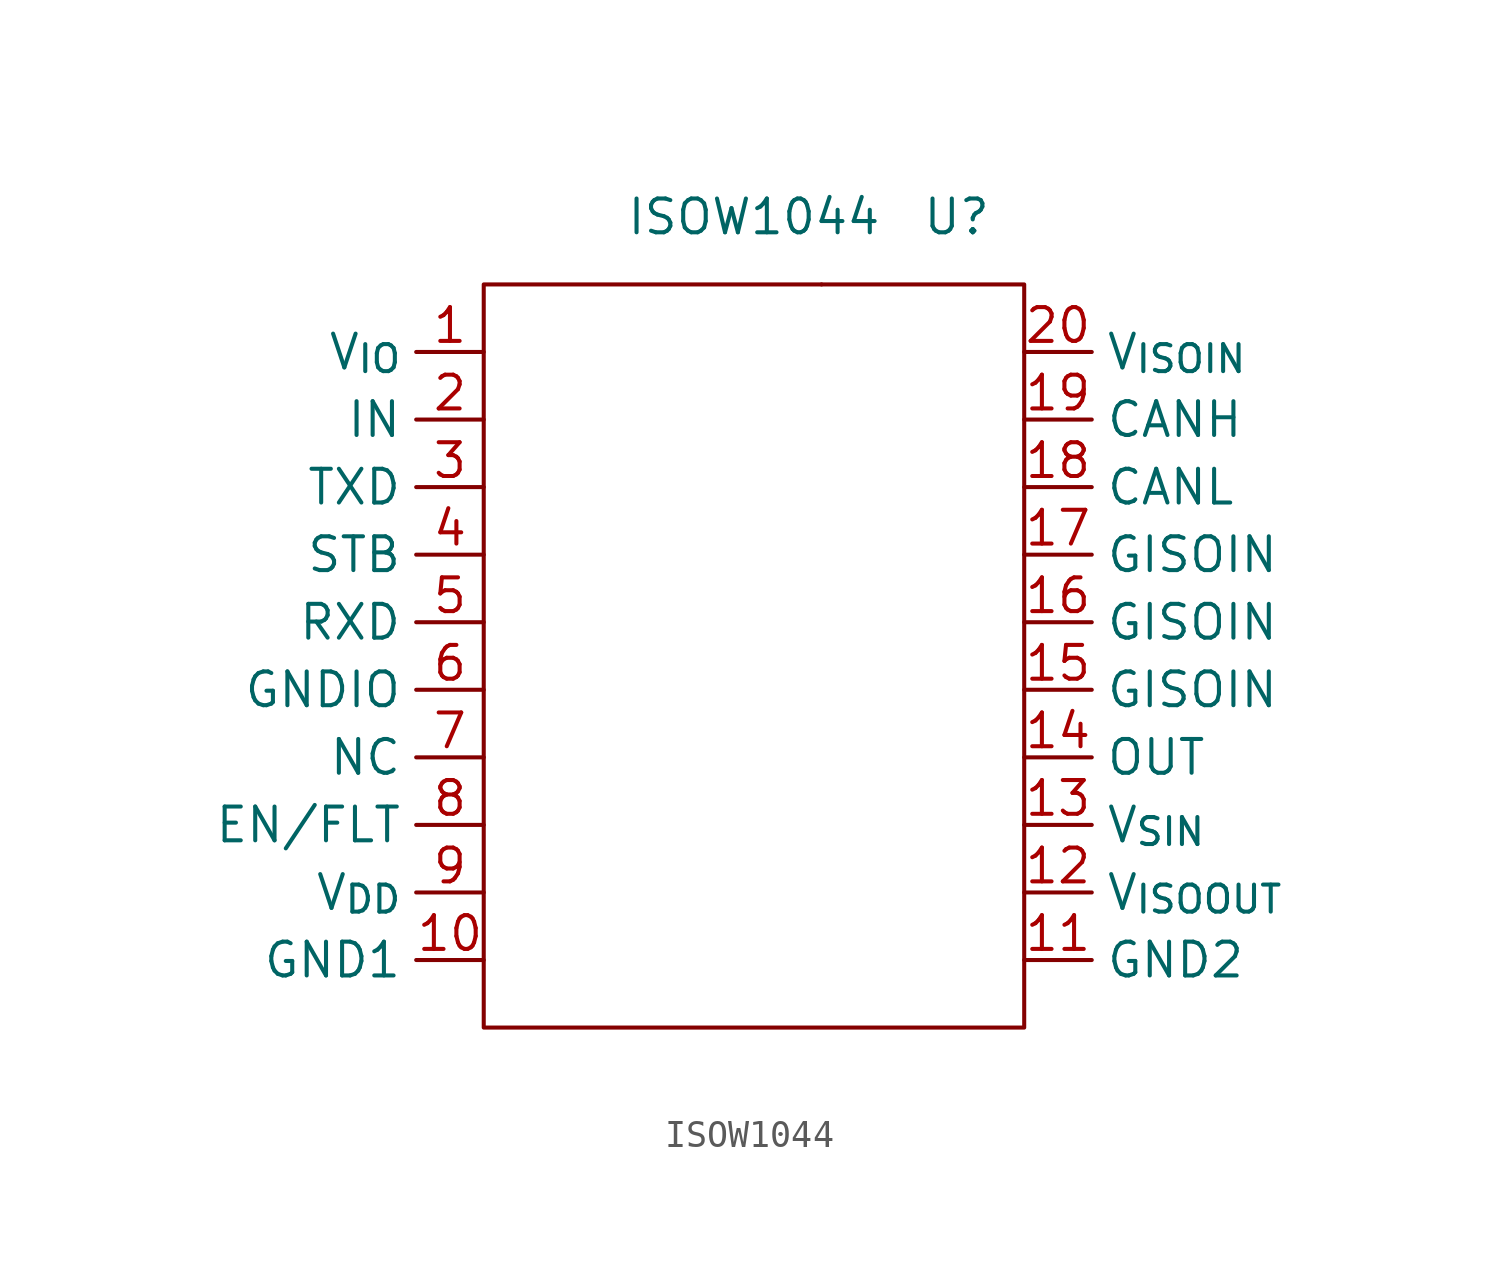
<source format=kicad_sym>
(kicad_symbol_lib
  (version 20211014)
  (generator kicad_symbol_editor)
  (symbol "ISOW1044"
    (property "Reference" "U"
      (at 7.62 5.08 0)
      (effects (font (size 1.27 1.27))))
    (property "Value" "ISOW1044"
      (at 0 5.08 0)
      (effects (font (size 1.27 1.27))))
    (symbol "ISOW1044_0_1"
      (rectangle (start -10.16 2.54) (end 10.16 -25.4) (stroke (width 0) (type default) (color 0 0 0 0)) (fill (type none)))
      (rectangle (start 2.54 2.54) (end 2.54 2.54) (stroke (width 0) (type default) (color 0 0 0 0)) (fill (type none))))
    (symbol "ISOW1044_1_1"
      (pin power_in line (at -10.16 0 180) (length 2.54) (name "V_{IO}" (effects (font (size 1.27 1.27)))) (number "1" (effects (font (size 1.27 1.27)))))
      (pin power_in line (at -10.16 -22.86 180) (length 2.54) (name "GND1" (effects (font (size 1.27 1.27)))) (number "10" (effects (font (size 1.27 1.27)))))
      (pin power_in line (at 10.16 -22.86 0) (length 2.54) (name "GND2" (effects (font (size 1.27 1.27)))) (number "11" (effects (font (size 1.27 1.27)))))
      (pin power_out line (at 10.16 -20.32 0) (length 2.54) (name "V_{ISOOUT}" (effects (font (size 1.27 1.27)))) (number "12" (effects (font (size 1.27 1.27)))))
      (pin input line (at 10.16 -17.78 0) (length 2.54) (name "V_{SIN}" (effects (font (size 1.27 1.27)))) (number "13" (effects (font (size 1.27 1.27)))))
      (pin output line (at 10.16 -15.24 0) (length 2.54) (name "OUT" (effects (font (size 1.27 1.27)))) (number "14" (effects (font (size 1.27 1.27)))))
      (pin unspecified line (at 10.16 -12.7 0) (length 2.54) (name "GISOIN" (effects (font (size 1.27 1.27)))) (number "15" (effects (font (size 1.27 1.27)))))
      (pin unspecified line (at 10.16 -10.16 0) (length 2.54) (name "GISOIN" (effects (font (size 1.27 1.27)))) (number "16" (effects (font (size 1.27 1.27)))))
      (pin unspecified line (at 10.16 -7.62 0) (length 2.54) (name "GISOIN" (effects (font (size 1.27 1.27)))) (number "17" (effects (font (size 1.27 1.27)))))
      (pin bidirectional line (at 10.16 -5.08 0) (length 2.54) (name "CANL" (effects (font (size 1.27 1.27)))) (number "18" (effects (font (size 1.27 1.27)))))
      (pin bidirectional line (at 10.16 -2.54 0) (length 2.54) (name "CANH" (effects (font (size 1.27 1.27)))) (number "19" (effects (font (size 1.27 1.27)))))
      (pin input line (at -10.16 -2.54 180) (length 2.54) (name "IN" (effects (font (size 1.27 1.27)))) (number "2" (effects (font (size 1.27 1.27)))))
      (pin bidirectional line (at 10.16 0 0) (length 2.54) (name "V_{ISOIN}" (effects (font (size 1.27 1.27)))) (number "20" (effects (font (size 1.27 1.27)))))
      (pin input line (at -10.16 -5.08 180) (length 2.54) (name "TXD" (effects (font (size 1.27 1.27)))) (number "3" (effects (font (size 1.27 1.27)))))
      (pin input line (at -10.16 -7.62 180) (length 2.54) (name "STB" (effects (font (size 1.27 1.27)))) (number "4" (effects (font (size 1.27 1.27)))))
      (pin output line (at -10.16 -10.16 180) (length 2.54) (name "RXD" (effects (font (size 1.27 1.27)))) (number "5" (effects (font (size 1.27 1.27)))))
      (pin power_in line (at -10.16 -12.7 180) (length 2.54) (name "GNDIO" (effects (font (size 1.27 1.27)))) (number "6" (effects (font (size 1.27 1.27)))))
      (pin free line (at -10.16 -15.24 180) (length 2.54) (name "NC" (effects (font (size 1.27 1.27)))) (number "7" (effects (font (size 1.27 1.27)))))
      (pin bidirectional line (at -10.16 -17.78 180) (length 2.54) (name "EN/FLT" (effects (font (size 1.27 1.27)))) (number "8" (effects (font (size 1.27 1.27)))))
      (pin power_in line (at -10.16 -20.32 180) (length 2.54) (name "V_{DD}" (effects (font (size 1.27 1.27)))) (number "9" (effects (font (size 1.27 1.27))))))))
</source>
